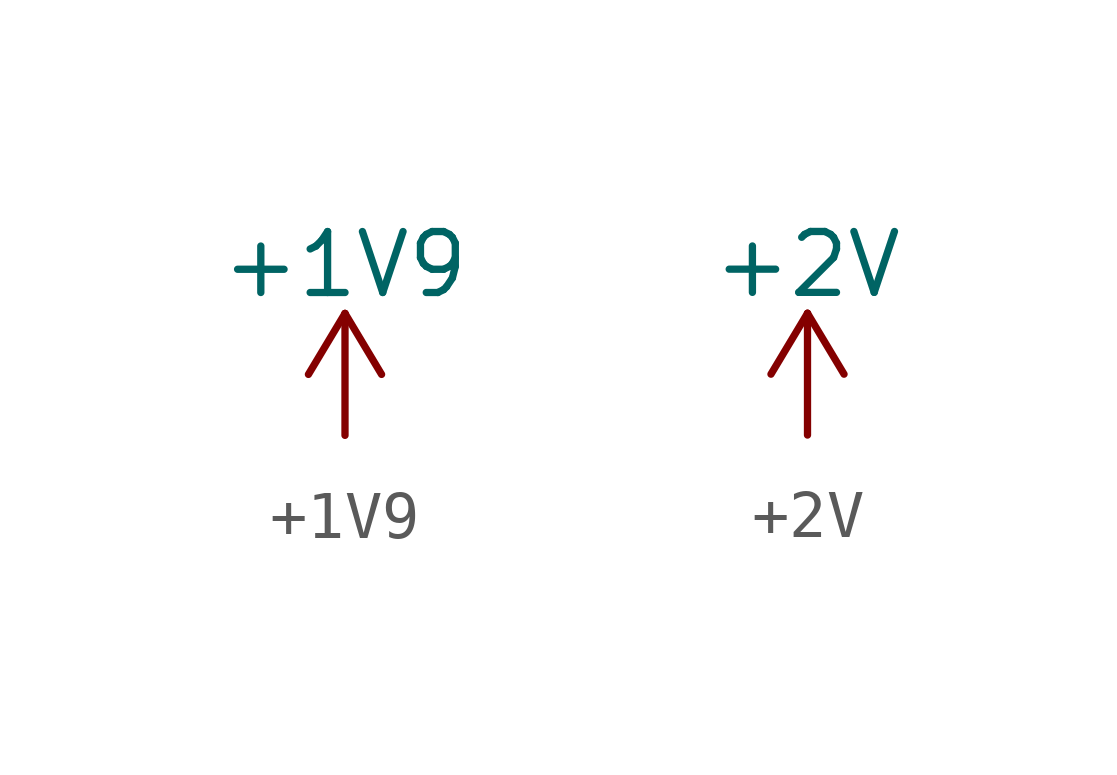
<source format=kicad_sym>
(kicad_symbol_lib
  (version 20220914)
  (generator kicad_symbol_editor)
  (symbol "+1V9"
    (power)
    (pin_names
      (offset 0))
    (property "Reference" "#PWR"
      (at 0 -3.81 0)
      (effects (font (size 1.27 1.27)) hide))
    (property "Value" "+1V9"
      (at 0 3.556 0)
      (effects (font (size 1.27 1.27))))
    (symbol "+1V9_0_1"
      (polyline (pts (xy -0.762 1.27) (xy 0 2.54)) (stroke (width 0) (type default)) (fill (type none)))
      (polyline (pts (xy 0 0) (xy 0 2.54)) (stroke (width 0) (type default)) (fill (type none)))
      (polyline (pts (xy 0 2.54) (xy 0.762 1.27)) (stroke (width 0) (type default)) (fill (type none))))
    (symbol "+1V9_1_1"
      (pin power_in line (at 0 0 90) (length 0) hide (name "+1V8" (effects (font (size 1.27 1.27)))) (number "1" (effects (font (size 1.27 1.27)))))))
  (symbol "+2V"
    (power)
    (pin_names
      (offset 0))
    (property "Reference" "#PWR"
      (at 0 -3.81 0)
      (effects (font (size 1.27 1.27)) hide))
    (property "Value" "+2V"
      (at 0 3.556 0)
      (effects (font (size 1.27 1.27))))
    (symbol "+2V_0_1"
      (polyline (pts (xy -0.762 1.27) (xy 0 2.54)) (stroke (width 0) (type default)) (fill (type none)))
      (polyline (pts (xy 0 0) (xy 0 2.54)) (stroke (width 0) (type default)) (fill (type none)))
      (polyline (pts (xy 0 2.54) (xy 0.762 1.27)) (stroke (width 0) (type default)) (fill (type none))))
    (symbol "+2V_1_1"
      (pin power_in line (at 0 0 90) (length 0) hide (name "+1V8" (effects (font (size 1.27 1.27)))) (number "1" (effects (font (size 1.27 1.27))))))))
</source>
